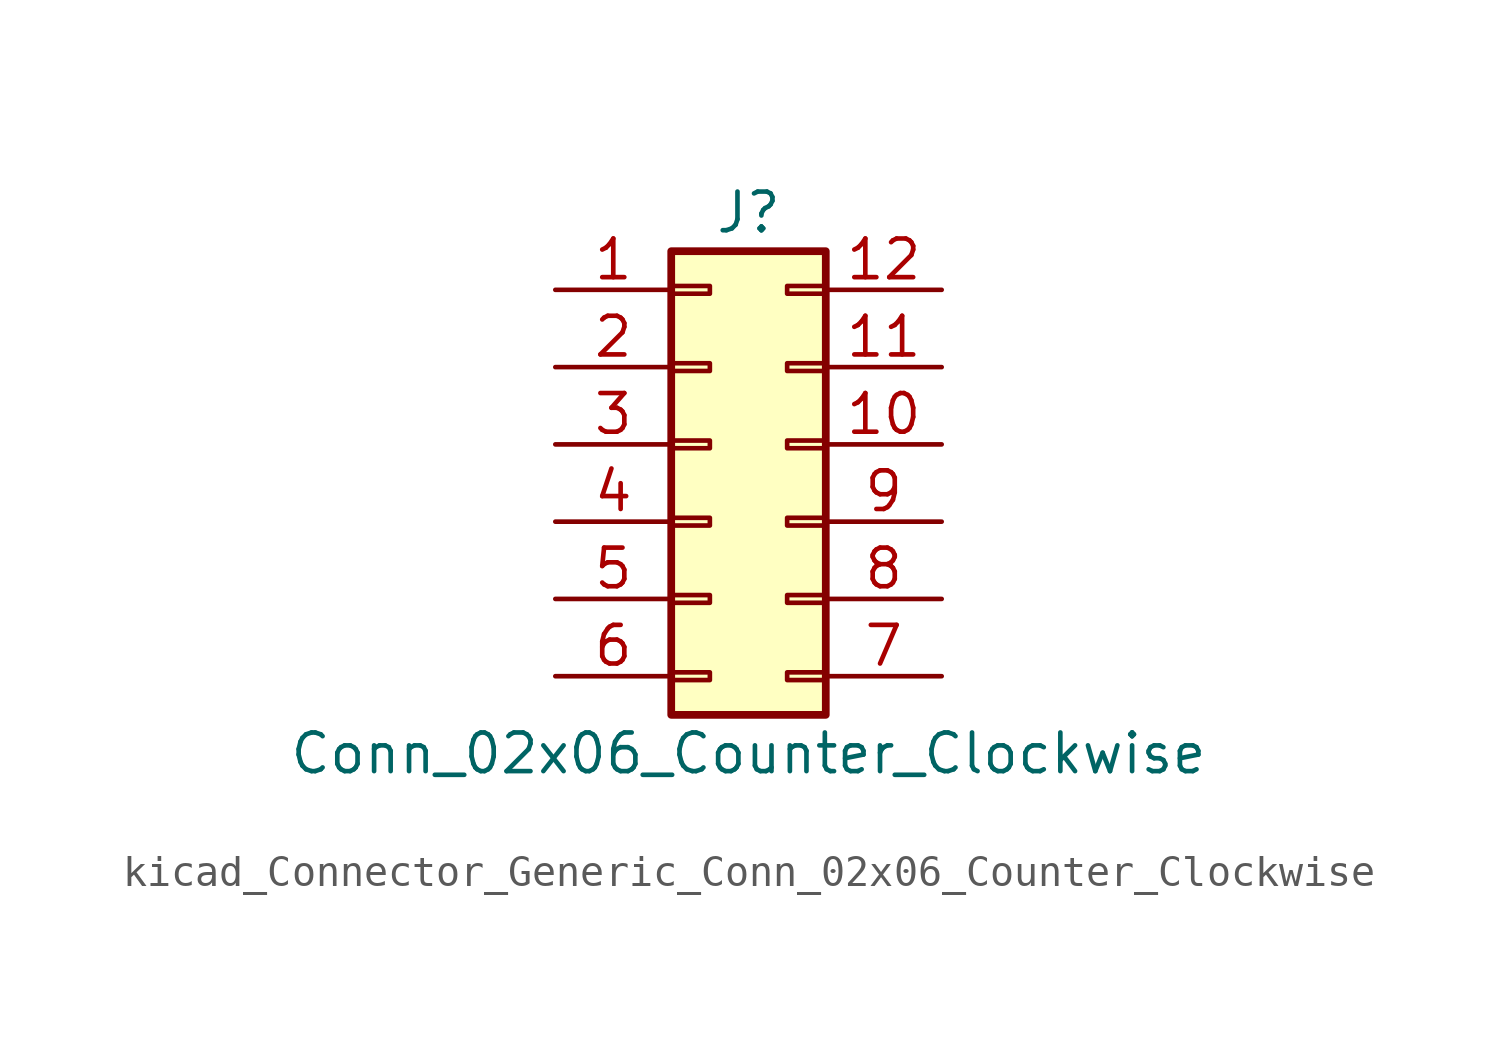
<source format=kicad_sym>
(kicad_symbol_lib
  (version 20220914)
  (generator kicad_symbol_editor)
  (symbol "kicad_Connector_Generic_Conn_02x06_Counter_Clockwise"
    (pin_names
      (offset 1.016) hide)
    (property "Reference" "J"
      (at 1.27 7.62 0)
      (effects (font (size 1.27 1.27))))
    (property "Value" "Conn_02x06_Counter_Clockwise"
      (at 1.27 -10.16 0)
      (effects (font (size 1.27 1.27))))
    (symbol "kicad_Connector_Generic_Conn_02x06_Counter_Clockwise_1_1"
      (rectangle (start -1.27 -7.493) (end 0 -7.747) (stroke (width 0.152) (type default)) (fill (type none)))
      (rectangle (start -1.27 -4.953) (end 0 -5.207) (stroke (width 0.152) (type default)) (fill (type none)))
      (rectangle (start -1.27 -2.413) (end 0 -2.667) (stroke (width 0.152) (type default)) (fill (type none)))
      (rectangle (start -1.27 0.127) (end 0 -0.127) (stroke (width 0.152) (type default)) (fill (type none)))
      (rectangle (start -1.27 2.667) (end 0 2.413) (stroke (width 0.152) (type default)) (fill (type none)))
      (rectangle (start -1.27 5.207) (end 0 4.953) (stroke (width 0.152) (type default)) (fill (type none)))
      (rectangle (start -1.27 6.35) (end 3.81 -8.89) (stroke (width 0.254) (type default)) (fill (type background)))
      (rectangle (start 3.81 -7.493) (end 2.54 -7.747) (stroke (width 0.152) (type default)) (fill (type none)))
      (rectangle (start 3.81 -4.953) (end 2.54 -5.207) (stroke (width 0.152) (type default)) (fill (type none)))
      (rectangle (start 3.81 -2.413) (end 2.54 -2.667) (stroke (width 0.152) (type default)) (fill (type none)))
      (rectangle (start 3.81 0.127) (end 2.54 -0.127) (stroke (width 0.152) (type default)) (fill (type none)))
      (rectangle (start 3.81 2.667) (end 2.54 2.413) (stroke (width 0.152) (type default)) (fill (type none)))
      (rectangle (start 3.81 5.207) (end 2.54 4.953) (stroke (width 0.152) (type default)) (fill (type none)))
      (pin passive line (at -5.08 5.08 0) (length 3.81) (name "Pin_1" (effects (font (size 1.27 1.27)))) (number "1" (effects (font (size 1.27 1.27)))))
      (pin passive line (at 7.62 0 180) (length 3.81) (name "Pin_10" (effects (font (size 1.27 1.27)))) (number "10" (effects (font (size 1.27 1.27)))))
      (pin passive line (at 7.62 2.54 180) (length 3.81) (name "Pin_11" (effects (font (size 1.27 1.27)))) (number "11" (effects (font (size 1.27 1.27)))))
      (pin passive line (at 7.62 5.08 180) (length 3.81) (name "Pin_12" (effects (font (size 1.27 1.27)))) (number "12" (effects (font (size 1.27 1.27)))))
      (pin passive line (at -5.08 2.54 0) (length 3.81) (name "Pin_2" (effects (font (size 1.27 1.27)))) (number "2" (effects (font (size 1.27 1.27)))))
      (pin passive line (at -5.08 0 0) (length 3.81) (name "Pin_3" (effects (font (size 1.27 1.27)))) (number "3" (effects (font (size 1.27 1.27)))))
      (pin passive line (at -5.08 -2.54 0) (length 3.81) (name "Pin_4" (effects (font (size 1.27 1.27)))) (number "4" (effects (font (size 1.27 1.27)))))
      (pin passive line (at -5.08 -5.08 0) (length 3.81) (name "Pin_5" (effects (font (size 1.27 1.27)))) (number "5" (effects (font (size 1.27 1.27)))))
      (pin passive line (at -5.08 -7.62 0) (length 3.81) (name "Pin_6" (effects (font (size 1.27 1.27)))) (number "6" (effects (font (size 1.27 1.27)))))
      (pin passive line (at 7.62 -7.62 180) (length 3.81) (name "Pin_7" (effects (font (size 1.27 1.27)))) (number "7" (effects (font (size 1.27 1.27)))))
      (pin passive line (at 7.62 -5.08 180) (length 3.81) (name "Pin_8" (effects (font (size 1.27 1.27)))) (number "8" (effects (font (size 1.27 1.27)))))
      (pin passive line (at 7.62 -2.54 180) (length 3.81) (name "Pin_9" (effects (font (size 1.27 1.27)))) (number "9" (effects (font (size 1.27 1.27))))))))
</source>
